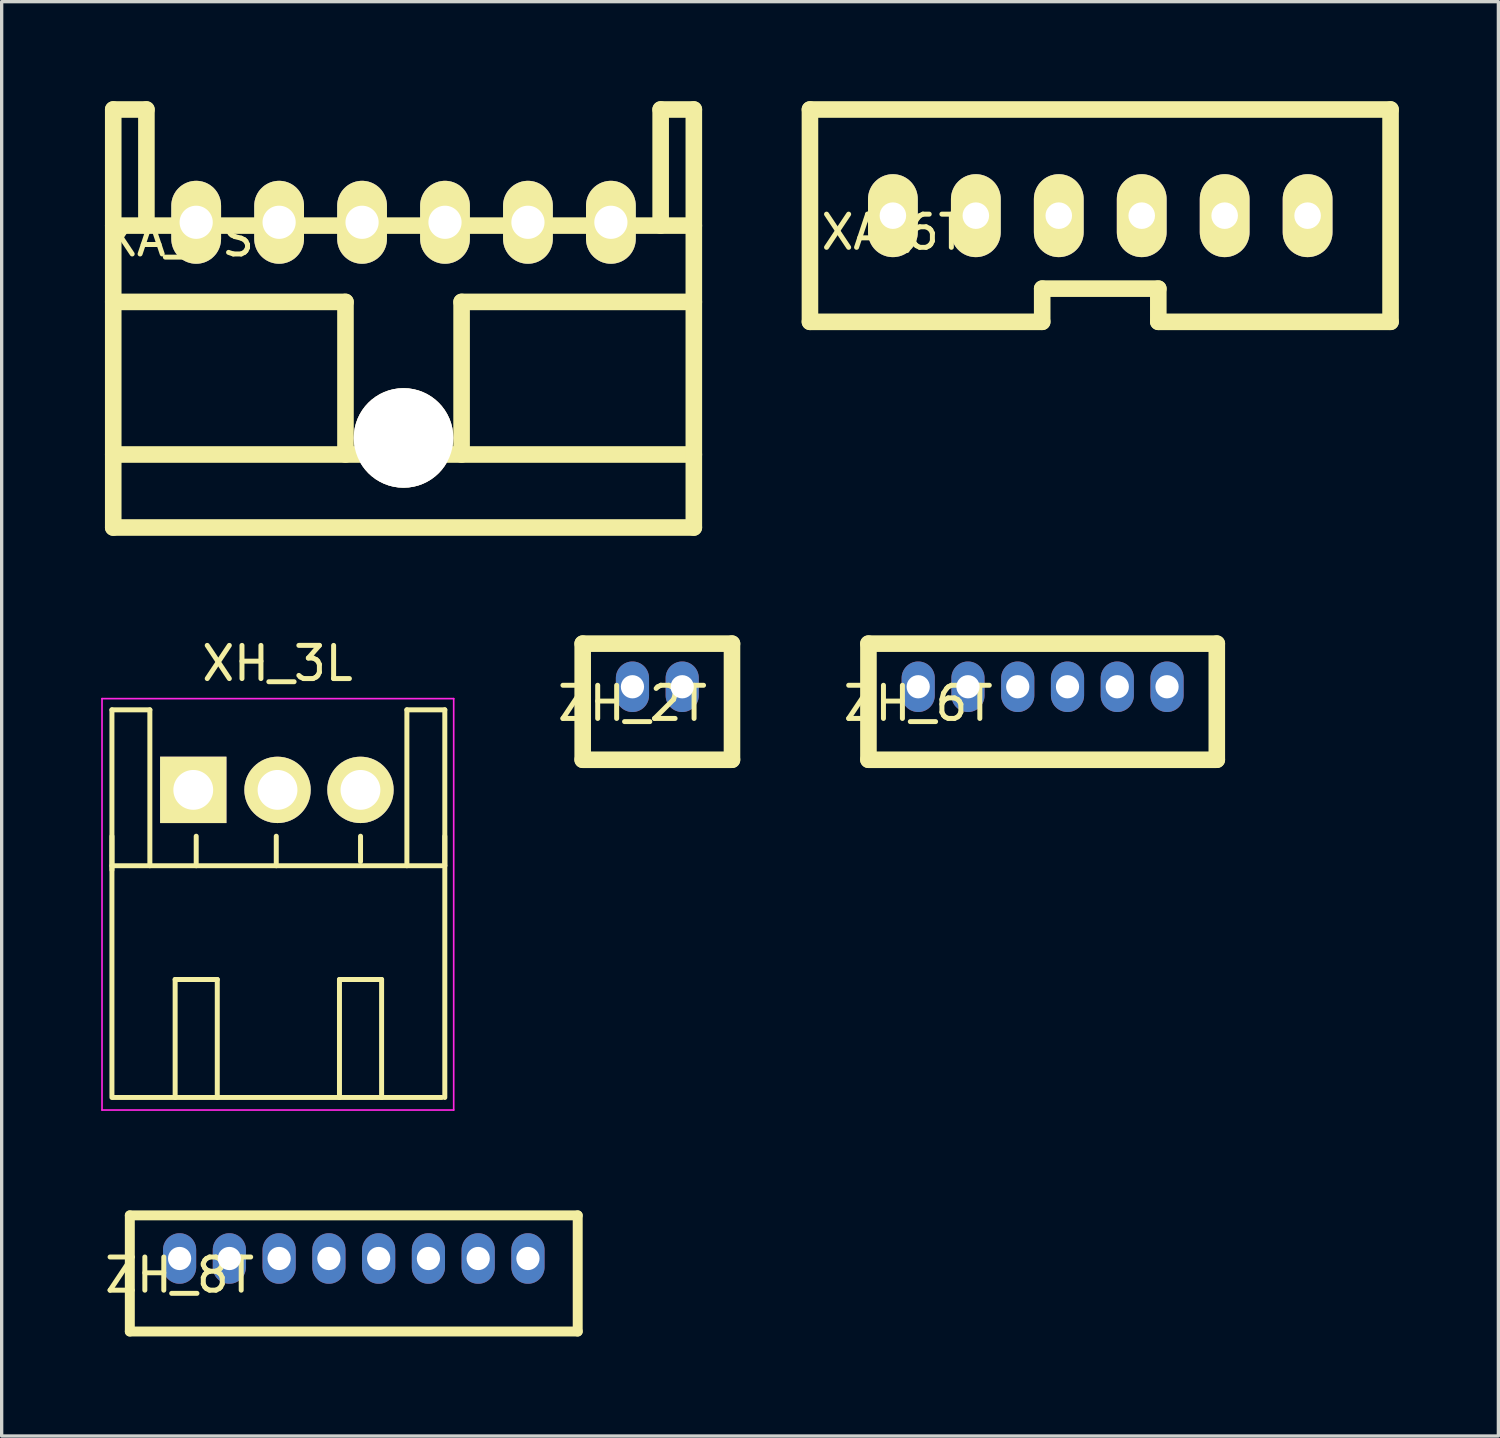
<source format=kicad_pcb>
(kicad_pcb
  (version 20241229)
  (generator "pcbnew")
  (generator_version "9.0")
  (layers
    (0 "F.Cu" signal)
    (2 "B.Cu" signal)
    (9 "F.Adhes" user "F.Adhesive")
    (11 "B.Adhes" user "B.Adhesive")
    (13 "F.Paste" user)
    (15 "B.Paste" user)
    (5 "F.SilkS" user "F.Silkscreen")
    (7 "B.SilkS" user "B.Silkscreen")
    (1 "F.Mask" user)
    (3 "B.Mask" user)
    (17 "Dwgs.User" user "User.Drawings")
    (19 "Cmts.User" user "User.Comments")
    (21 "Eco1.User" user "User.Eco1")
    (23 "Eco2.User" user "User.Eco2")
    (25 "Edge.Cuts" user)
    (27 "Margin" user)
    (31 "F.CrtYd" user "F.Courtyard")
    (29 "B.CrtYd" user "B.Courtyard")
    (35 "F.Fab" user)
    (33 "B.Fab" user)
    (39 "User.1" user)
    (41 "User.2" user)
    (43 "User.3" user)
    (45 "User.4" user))
  (footprint "ZH_2T"
    (layer "F.Cu")
    (at 16.013 17.65)
    (property "Reference" "ZH_2T" (at 0 0.5 0) (layer "F.SilkS") (effects (font (size 1 1) (thickness 0.15))))
    (attr through_hole)
    (fp_line (start -1.5 -1.3) (end -1.5 2.2) (stroke (width 0.5) (type solid)) (layer "F.SilkS"))
    (fp_line (start -1.5 2.2) (end 3 2.2) (stroke (width 0.5) (type solid)) (layer "F.SilkS"))
    (fp_line (start 3 -1.3) (end -1.5 -1.3) (stroke (width 0.5) (type solid)) (layer "F.SilkS"))
    (fp_line (start 3 -1.3) (end 3 2.2) (stroke (width 0.5) (type solid)) (layer "F.SilkS"))
    (pad "1" thru_hole oval (at 0 0) (size 1 1.524) (drill 0.7) (layers "*.Cu" "*.Mask"))
    (pad "2" thru_hole oval (at 1.5 0) (size 1 1.524) (drill 0.7) (layers "*.Cu" "*.Mask")))
  (footprint "ZH_6T"
    (layer "F.Cu")
    (at 24.626 17.65)
    (property "Reference" "ZH_6T" (at 0 0.5 0) (layer "F.SilkS") (effects (font (size 1 1) (thickness 0.15))))
    (attr through_hole)
    (fp_line (start -1.5 -1.3) (end -1.5 2.2) (stroke (width 0.5) (type solid)) (layer "F.SilkS"))
    (fp_line (start -1.5 -1.3) (end 9 -1.3) (stroke (width 0.5) (type solid)) (layer "F.SilkS"))
    (fp_line (start -1.5 2.2) (end 9 2.2) (stroke (width 0.5) (type solid)) (layer "F.SilkS"))
    (fp_line (start 9 2.2) (end 9 -1.3) (stroke (width 0.5) (type solid)) (layer "F.SilkS"))
    (pad "1" thru_hole oval (at 0 0) (size 1 1.524) (drill 0.7) (layers "*.Cu" "*.Mask"))
    (pad "2" thru_hole oval (at 1.5 0) (size 1 1.524) (drill 0.7) (layers "*.Cu" "*.Mask"))
    (pad "3" thru_hole oval (at 3 0) (size 1 1.524) (drill 0.7) (layers "*.Cu" "*.Mask"))
    (pad "4" thru_hole oval (at 4.5 0) (size 1 1.524) (drill 0.7) (layers "*.Cu" "*.Mask"))
    (pad "5" thru_hole oval (at 6 0) (size 1 1.524) (drill 0.7) (layers "*.Cu" "*.Mask"))
    (pad "6" thru_hole oval (at 7.5 0) (size 1 1.524) (drill 0.7) (layers "*.Cu" "*.Mask")))
  (footprint "ZH_8T"
    (layer "F.Cu")
    (at 2.363 34.883)
    (property "Reference" "ZH_8T" (at 0 0.5 0) (layer "F.SilkS") (effects (font (size 1 1) (thickness 0.15))))
    (attr through_hole)
    (fp_line (start -1.5 -1.3) (end 12 -1.3) (stroke (width 0.3) (type solid)) (layer "F.SilkS"))
    (fp_line (start -1.5 2.2) (end -1.5 -1.3) (stroke (width 0.3) (type solid)) (layer "F.SilkS"))
    (fp_line (start 12 -1.3) (end 12 2.2) (stroke (width 0.3) (type solid)) (layer "F.SilkS"))
    (fp_line (start 12 2.2) (end -1.5 2.2) (stroke (width 0.3) (type solid)) (layer "F.SilkS"))
    (pad "1" thru_hole oval (at 0 0) (size 1 1.524) (drill 0.7) (layers "*.Cu" "*.Mask"))
    (pad "2" thru_hole oval (at 1.5 0) (size 1 1.524) (drill 0.7) (layers "*.Cu" "*.Mask"))
    (pad "3" thru_hole oval (at 3 0) (size 1 1.524) (drill 0.7) (layers "*.Cu" "*.Mask"))
    (pad "4" thru_hole oval (at 4.5 0) (size 1 1.524) (drill 0.7) (layers "*.Cu" "*.Mask"))
    (pad "5" thru_hole oval (at 6 0) (size 1 1.524) (drill 0.7) (layers "*.Cu" "*.Mask"))
    (pad "6" thru_hole oval (at 7.5 0) (size 1 1.524) (drill 0.7) (layers "*.Cu" "*.Mask"))
    (pad "7" thru_hole oval (at 9 0) (size 1 1.524) (drill 0.7) (layers "*.Cu" "*.Mask"))
    (pad "8" thru_hole oval (at 10.5 0) (size 1 1.524) (drill 0.7) (layers "*.Cu" "*.Mask")))
  (footprint "XA_6T"
    (layer "F.Cu")
    (at 23.863 3.45)
    (property "Reference" "XA_6T" (at 0 0.5 0) (layer "F.SilkS") (effects (font (size 1 1) (thickness 0.15))))
    (attr through_hole)
    (fp_line (start -2.5 -3.2) (end -2.5 3.2) (stroke (width 0.5) (type solid)) (layer "F.SilkS"))
    (fp_line (start -2.5 -3.2) (end 15 -3.2) (stroke (width 0.5) (type solid)) (layer "F.SilkS"))
    (fp_line (start -2.5 3.2) (end 4.5 3.2) (stroke (width 0.5) (type solid)) (layer "F.SilkS"))
    (fp_line (start 4.5 2.2) (end 8 2.2) (stroke (width 0.5) (type solid)) (layer "F.SilkS"))
    (fp_line (start 4.5 3.2) (end 4.5 2.2) (stroke (width 0.5) (type solid)) (layer "F.SilkS"))
    (fp_line (start 8 2.2) (end 8 3.2) (stroke (width 0.5) (type solid)) (layer "F.SilkS"))
    (fp_line (start 8 3.2) (end 15 3.2) (stroke (width 0.5) (type solid)) (layer "F.SilkS"))
    (fp_line (start 15 -3.2) (end 15 3.2) (stroke (width 0.5) (type solid)) (layer "F.SilkS"))
    (pad "1" thru_hole oval (at 12.5 0) (size 1.5 2.5) (drill 0.8) (layers "*.Cu" "*.Mask" "F.SilkS"))
    (pad "2" thru_hole oval (at 10 0) (size 1.5 2.5) (drill 0.8) (layers "*.Cu" "*.Mask" "F.SilkS"))
    (pad "3" thru_hole oval (at 7.5 0) (size 1.5 2.5) (drill 0.8) (layers "*.Cu" "*.Mask" "F.SilkS"))
    (pad "4" thru_hole oval (at 5 0) (size 1.5 2.5) (drill 0.8) (layers "*.Cu" "*.Mask" "F.SilkS"))
    (pad "5" thru_hole oval (at 2.5 0) (size 1.5 2.5) (drill 0.8) (layers "*.Cu" "*.Mask" "F.SilkS"))
    (pad "6" thru_hole oval (at 0 0) (size 1.5 2.5) (drill 0.8) (layers "*.Cu" "*.Mask" "F.SilkS")))
  (footprint "XA_6SC"
    (layer "F.Cu")
    (at 2.863 3.65)
    (property "Reference" "XA_6SC" (at 0 0.5 0) (layer "F.SilkS") (effects (font (size 1 1) (thickness 0.15))))
    (attr through_hole)
    (fp_line (start -2.5 -3.4) (end -2.5 9.2) (stroke (width 0.5) (type solid)) (layer "F.SilkS"))
    (fp_line (start -2.5 -3.4) (end -1.5 -3.4) (stroke (width 0.5) (type solid)) (layer "F.SilkS"))
    (fp_line (start -2.5 7) (end 15 7) (stroke (width 0.5) (type solid)) (layer "F.SilkS"))
    (fp_line (start -1.5 -3.4) (end -1.5 0.1) (stroke (width 0.5) (type solid)) (layer "F.SilkS"))
    (fp_line (start 4.5 2.4) (end -2.5 2.4) (stroke (width 0.5) (type solid)) (layer "F.SilkS"))
    (fp_line (start 4.5 2.4) (end 4.5 7) (stroke (width 0.5) (type solid)) (layer "F.SilkS"))
    (fp_line (start 8 2.4) (end 8 7) (stroke (width 0.5) (type solid)) (layer "F.SilkS"))
    (fp_line (start 8 2.4) (end 15 2.4) (stroke (width 0.5) (type solid)) (layer "F.SilkS"))
    (fp_line (start 14 -3.4) (end 14 0.1) (stroke (width 0.5) (type solid)) (layer "F.SilkS"))
    (fp_line (start 15 -3.4) (end 14 -3.4) (stroke (width 0.5) (type solid)) (layer "F.SilkS"))
    (fp_line (start 15 -3.4) (end 15 9.2) (stroke (width 0.5) (type solid)) (layer "F.SilkS"))
    (fp_line (start 15 0.1) (end -2.5 0.1) (stroke (width 0.5) (type solid)) (layer "F.SilkS"))
    (fp_line (start 15 9.2) (end -2.5 9.2) (stroke (width 0.5) (type solid)) (layer "F.SilkS"))
    (pad "" thru_hole circle (at 6.25 6.5) (size 3 3) (drill 3) (layers "*.Cu" "*.Mask" "F.SilkS"))
    (pad "1" thru_hole oval (at 0 0) (size 1.5 2.5) (drill 1) (layers "*.Cu" "*.Mask" "F.SilkS"))
    (pad "2" thru_hole oval (at 2.5 0) (size 1.5 2.5) (drill 1) (layers "*.Cu" "*.Mask" "F.SilkS"))
    (pad "3" thru_hole oval (at 5 0) (size 1.5 2.5) (drill 1) (layers "*.Cu" "*.Mask" "F.SilkS"))
    (pad "4" thru_hole oval (at 7.5 0) (size 1.5 2.5) (drill 1) (layers "*.Cu" "*.Mask" "F.SilkS"))
    (pad "5" thru_hole oval (at 10 0) (size 1.5 2.5) (drill 1) (layers "*.Cu" "*.Mask" "F.SilkS"))
    (pad "6" thru_hole oval (at 12.5 0) (size 1.5 2.5) (drill 1) (layers "*.Cu" "*.Mask" "F.SilkS")))
  (footprint "XH_3L"
    (layer "F.Cu")
    (at 2.775 20.758)
    (property "Reference" "XH_3L" (at 2.54 -3.81 0) (layer "F.SilkS") (effects (font (size 1 1) (thickness 0.15))))
    (attr through_hole)
    (fp_line (start -2.451 -2.413) (end -1.308 -2.413) (stroke (width 0.15) (type solid)) (layer "F.SilkS"))
    (fp_line (start -2.451 2.286) (end -2.451 1.397) (stroke (width 0.15) (type solid)) (layer "F.SilkS"))
    (fp_line (start -2.451 2.413) (end -2.451 -2.413) (stroke (width 0.15) (type solid)) (layer "F.SilkS"))
    (fp_line (start -2.451 9.271) (end -2.451 2.286) (stroke (width 0.15) (type solid)) (layer "F.SilkS"))
    (fp_line (start -2.413 2.286) (end 7.493 2.286) (stroke (width 0.15) (type solid)) (layer "F.SilkS"))
    (fp_line (start -2.413 9.271) (end 7.493 9.271) (stroke (width 0.15) (type solid)) (layer "F.SilkS"))
    (fp_line (start -1.308 -2.413) (end -1.308 2.286) (stroke (width 0.15) (type solid)) (layer "F.SilkS"))
    (fp_line (start -0.546 5.715) (end 0.724 5.715) (stroke (width 0.15) (type solid)) (layer "F.SilkS"))
    (fp_line (start -0.546 9.271) (end -0.546 5.715) (stroke (width 0.15) (type solid)) (layer "F.SilkS"))
    (fp_line (start 0.089 1.397) (end 0.089 2.286) (stroke (width 0.15) (type solid)) (layer "F.SilkS"))
    (fp_line (start 0.724 5.715) (end 0.724 9.271) (stroke (width 0.15) (type solid)) (layer "F.SilkS"))
    (fp_line (start 2.502 2.286) (end 2.502 1.397) (stroke (width 0.15) (type solid)) (layer "F.SilkS"))
    (fp_line (start 4.407 5.715) (end 5.677 5.715) (stroke (width 0.15) (type solid)) (layer "F.SilkS"))
    (fp_line (start 4.407 9.271) (end 4.407 5.715) (stroke (width 0.15) (type solid)) (layer "F.SilkS"))
    (fp_line (start 5.042 2.159) (end 5.042 1.397) (stroke (width 0.15) (type solid)) (layer "F.SilkS"))
    (fp_line (start 5.677 5.715) (end 5.677 9.271) (stroke (width 0.15) (type solid)) (layer "F.SilkS"))
    (fp_line (start 6.439 -2.413) (end 6.439 2.286) (stroke (width 0.15) (type solid)) (layer "F.SilkS"))
    (fp_line (start 7.582 -2.413) (end 6.439 -2.413) (stroke (width 0.15) (type solid)) (layer "F.SilkS"))
    (fp_line (start 7.582 2.286) (end 7.582 -2.413) (stroke (width 0.15) (type solid)) (layer "F.SilkS"))
    (fp_line (start 7.582 2.286) (end 7.582 1.397) (stroke (width 0.15) (type solid)) (layer "F.SilkS"))
    (fp_line (start 7.582 2.286) (end 7.582 9.271) (stroke (width 0.15) (type solid)) (layer "F.SilkS"))
    (fp_line (start -2.75 -2.75) (end 7.85 -2.75) (stroke (width 0.05) (type solid)) (layer "F.CrtYd"))
    (fp_line (start -2.75 9.65) (end -2.75 -2.75) (stroke (width 0.05) (type solid)) (layer "F.CrtYd"))
    (fp_line (start 7.85 -2.75) (end 7.85 9.65) (stroke (width 0.05) (type solid)) (layer "F.CrtYd"))
    (fp_line (start 7.85 9.65) (end -2.75 9.65) (stroke (width 0.05) (type solid)) (layer "F.CrtYd"))
    (pad "1" thru_hole rect (at 0 0) (size 2 2) (drill 1.2) (layers "*.Cu" "*.Mask" "F.SilkS"))
    (pad "2" thru_hole circle (at 2.54 0) (size 2 2) (drill 1.2) (layers "*.Cu" "*.Mask" "F.SilkS"))
    (pad "3" thru_hole circle (at 5.04 0) (size 2 2) (drill 1.2) (layers "*.Cu" "*.Mask" "F.SilkS")))
  (gr_rect
    (start -3 -3)
    (end 42.113 40.233)
    (stroke (width 0.1) (type default))
    (fill no)
    (layer "Edge.Cuts")))
</source>
